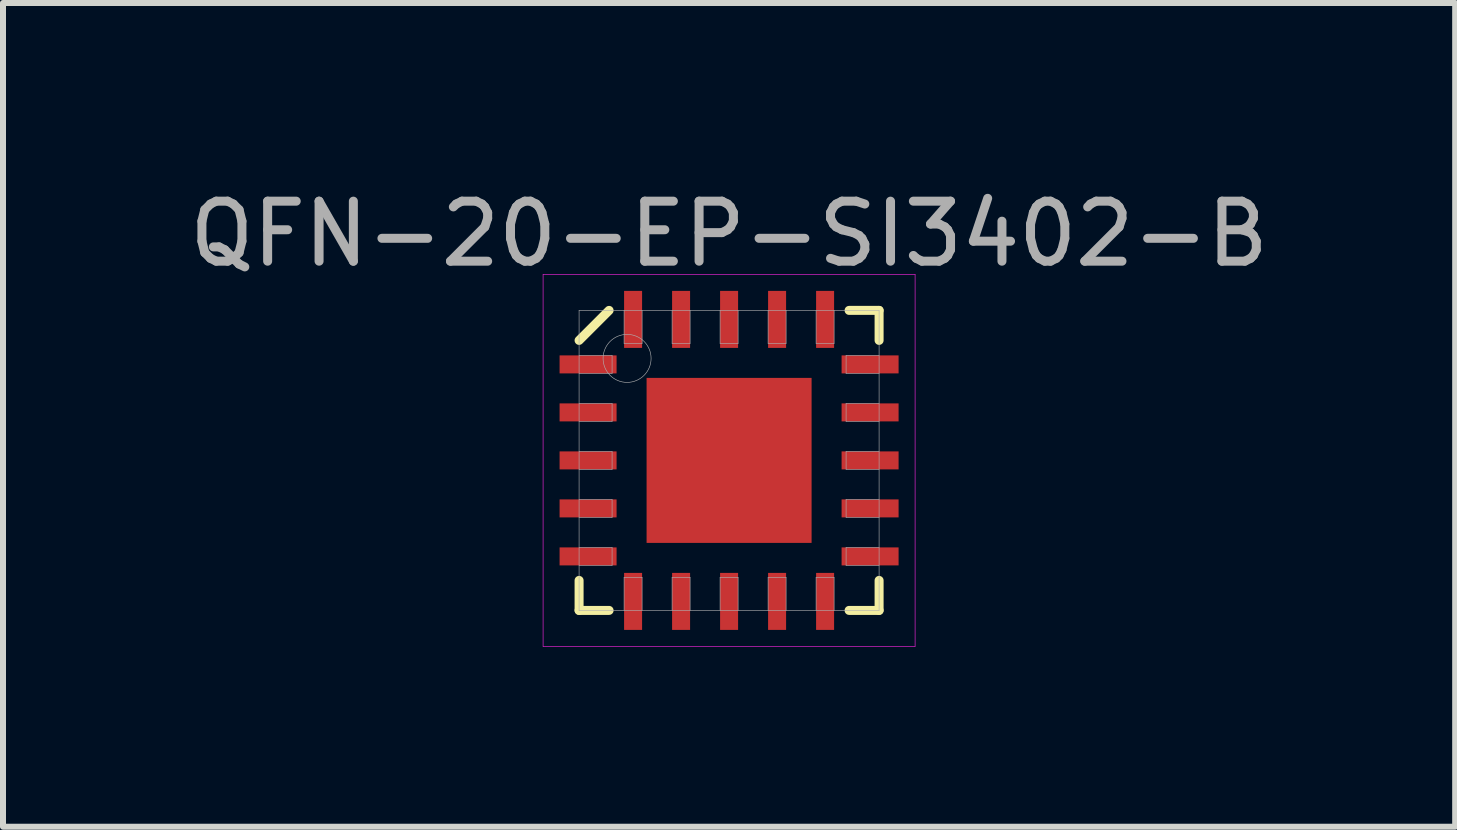
<source format=kicad_pcb>
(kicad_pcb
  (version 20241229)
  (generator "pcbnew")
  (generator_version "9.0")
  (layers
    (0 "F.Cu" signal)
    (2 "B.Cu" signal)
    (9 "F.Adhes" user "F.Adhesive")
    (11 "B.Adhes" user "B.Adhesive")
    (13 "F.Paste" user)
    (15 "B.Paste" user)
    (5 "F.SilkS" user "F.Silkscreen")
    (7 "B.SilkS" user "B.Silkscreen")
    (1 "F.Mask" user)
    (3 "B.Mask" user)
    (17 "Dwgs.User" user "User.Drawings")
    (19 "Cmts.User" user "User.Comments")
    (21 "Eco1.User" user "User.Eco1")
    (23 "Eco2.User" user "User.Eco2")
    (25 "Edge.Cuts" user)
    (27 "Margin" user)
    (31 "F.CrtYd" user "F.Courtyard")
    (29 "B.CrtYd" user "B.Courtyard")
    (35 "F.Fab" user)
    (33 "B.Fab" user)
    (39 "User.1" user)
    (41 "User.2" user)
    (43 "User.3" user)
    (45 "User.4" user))
  (footprint "QFN-20-EP-SI3402-B"
    (layer "F.Cu")
    (at 9.101 4.623)
    (property "Reference" "QFN-20-EP-SI3402-B" (at 0 -3.775 0) (layer "F.Fab") (effects (font (size 1 1) (thickness 0.15))))
    (attr through_hole)
    (fp_line (start -2.5 -2) (end -2 -2.5) (stroke (width 0.15) (type solid)) (layer "F.SilkS"))
    (fp_line (start -2.5 2.5) (end -2.5 2) (stroke (width 0.15) (type solid)) (layer "F.SilkS"))
    (fp_line (start -2 2.5) (end -2.5 2.5) (stroke (width 0.15) (type solid)) (layer "F.SilkS"))
    (fp_line (start 2 -2.5) (end 2.5 -2.5) (stroke (width 0.15) (type solid)) (layer "F.SilkS"))
    (fp_line (start 2 2.5) (end 2.5 2.5) (stroke (width 0.15) (type solid)) (layer "F.SilkS"))
    (fp_line (start 2.5 -2.5) (end 2.5 -2) (stroke (width 0.15) (type solid)) (layer "F.SilkS"))
    (fp_line (start 2.5 2.5) (end 2.5 2) (stroke (width 0.15) (type solid)) (layer "F.SilkS"))
    (fp_line (start -3.1 -3.1) (end 3.1 -3.1) (stroke (width 0.01) (type solid)) (layer "F.CrtYd"))
    (fp_line (start -3.1 3.1) (end -3.1 -3.1) (stroke (width 0.01) (type solid)) (layer "F.CrtYd"))
    (fp_line (start 3.1 -3.1) (end 3.1 3.1) (stroke (width 0.01) (type solid)) (layer "F.CrtYd"))
    (fp_line (start 3.1 3.1) (end -3.1 3.1) (stroke (width 0.01) (type solid)) (layer "F.CrtYd"))
    (fp_line (start -2.5 -2.5) (end 2.5 -2.5) (stroke (width 0.01) (type solid)) (layer "F.Fab"))
    (fp_line (start -2.5 -1.45) (end -1.95 -1.45) (stroke (width 0.01) (type solid)) (layer "F.Fab"))
    (fp_line (start -2.5 -0.65) (end -1.95 -0.65) (stroke (width 0.01) (type solid)) (layer "F.Fab"))
    (fp_line (start -2.5 0.15) (end -1.95 0.15) (stroke (width 0.01) (type solid)) (layer "F.Fab"))
    (fp_line (start -2.5 0.95) (end -1.95 0.95) (stroke (width 0.01) (type solid)) (layer "F.Fab"))
    (fp_line (start -2.5 1.75) (end -1.95 1.75) (stroke (width 0.01) (type solid)) (layer "F.Fab"))
    (fp_line (start -2.5 2.5) (end -2.5 -2.5) (stroke (width 0.01) (type solid)) (layer "F.Fab"))
    (fp_line (start -1.95 -1.75) (end -2.5 -1.75) (stroke (width 0.01) (type solid)) (layer "F.Fab"))
    (fp_line (start -1.95 -1.45) (end -1.95 -1.75) (stroke (width 0.01) (type solid)) (layer "F.Fab"))
    (fp_line (start -1.95 -0.95) (end -2.5 -0.95) (stroke (width 0.01) (type solid)) (layer "F.Fab"))
    (fp_line (start -1.95 -0.65) (end -1.95 -0.95) (stroke (width 0.01) (type solid)) (layer "F.Fab"))
    (fp_line (start -1.95 -0.15) (end -2.5 -0.15) (stroke (width 0.01) (type solid)) (layer "F.Fab"))
    (fp_line (start -1.95 0.15) (end -1.95 -0.15) (stroke (width 0.01) (type solid)) (layer "F.Fab"))
    (fp_line (start -1.95 0.65) (end -2.5 0.65) (stroke (width 0.01) (type solid)) (layer "F.Fab"))
    (fp_line (start -1.95 0.95) (end -1.95 0.65) (stroke (width 0.01) (type solid)) (layer "F.Fab"))
    (fp_line (start -1.95 1.45) (end -2.5 1.45) (stroke (width 0.01) (type solid)) (layer "F.Fab"))
    (fp_line (start -1.95 1.75) (end -1.95 1.45) (stroke (width 0.01) (type solid)) (layer "F.Fab"))
    (fp_line (start -1.75 -2.5) (end -1.75 -1.95) (stroke (width 0.01) (type solid)) (layer "F.Fab"))
    (fp_line (start -1.75 -1.95) (end -1.45 -1.95) (stroke (width 0.01) (type solid)) (layer "F.Fab"))
    (fp_line (start -1.75 1.95) (end -1.75 2.5) (stroke (width 0.01) (type solid)) (layer "F.Fab"))
    (fp_line (start -1.45 -1.95) (end -1.45 -2.5) (stroke (width 0.01) (type solid)) (layer "F.Fab"))
    (fp_line (start -1.45 1.95) (end -1.75 1.95) (stroke (width 0.01) (type solid)) (layer "F.Fab"))
    (fp_line (start -1.45 2.5) (end -1.45 1.95) (stroke (width 0.01) (type solid)) (layer "F.Fab"))
    (fp_line (start -0.95 -2.5) (end -0.95 -1.95) (stroke (width 0.01) (type solid)) (layer "F.Fab"))
    (fp_line (start -0.95 -1.95) (end -0.65 -1.95) (stroke (width 0.01) (type solid)) (layer "F.Fab"))
    (fp_line (start -0.95 1.95) (end -0.95 2.5) (stroke (width 0.01) (type solid)) (layer "F.Fab"))
    (fp_line (start -0.65 -1.95) (end -0.65 -2.5) (stroke (width 0.01) (type solid)) (layer "F.Fab"))
    (fp_line (start -0.65 1.95) (end -0.95 1.95) (stroke (width 0.01) (type solid)) (layer "F.Fab"))
    (fp_line (start -0.65 2.5) (end -0.65 1.95) (stroke (width 0.01) (type solid)) (layer "F.Fab"))
    (fp_line (start -0.15 -2.5) (end -0.15 -1.95) (stroke (width 0.01) (type solid)) (layer "F.Fab"))
    (fp_line (start -0.15 -1.95) (end 0.15 -1.95) (stroke (width 0.01) (type solid)) (layer "F.Fab"))
    (fp_line (start -0.15 1.95) (end -0.15 2.5) (stroke (width 0.01) (type solid)) (layer "F.Fab"))
    (fp_line (start 0.15 -1.95) (end 0.15 -2.5) (stroke (width 0.01) (type solid)) (layer "F.Fab"))
    (fp_line (start 0.15 1.95) (end -0.15 1.95) (stroke (width 0.01) (type solid)) (layer "F.Fab"))
    (fp_line (start 0.15 2.5) (end 0.15 1.95) (stroke (width 0.01) (type solid)) (layer "F.Fab"))
    (fp_line (start 0.65 -2.5) (end 0.65 -1.95) (stroke (width 0.01) (type solid)) (layer "F.Fab"))
    (fp_line (start 0.65 -1.95) (end 0.95 -1.95) (stroke (width 0.01) (type solid)) (layer "F.Fab"))
    (fp_line (start 0.65 1.95) (end 0.65 2.5) (stroke (width 0.01) (type solid)) (layer "F.Fab"))
    (fp_line (start 0.95 -1.95) (end 0.95 -2.5) (stroke (width 0.01) (type solid)) (layer "F.Fab"))
    (fp_line (start 0.95 1.95) (end 0.65 1.95) (stroke (width 0.01) (type solid)) (layer "F.Fab"))
    (fp_line (start 0.95 2.5) (end 0.95 1.95) (stroke (width 0.01) (type solid)) (layer "F.Fab"))
    (fp_line (start 1.45 -2.5) (end 1.45 -1.95) (stroke (width 0.01) (type solid)) (layer "F.Fab"))
    (fp_line (start 1.45 -1.95) (end 1.75 -1.95) (stroke (width 0.01) (type solid)) (layer "F.Fab"))
    (fp_line (start 1.45 1.95) (end 1.45 2.5) (stroke (width 0.01) (type solid)) (layer "F.Fab"))
    (fp_line (start 1.75 -1.95) (end 1.75 -2.5) (stroke (width 0.01) (type solid)) (layer "F.Fab"))
    (fp_line (start 1.75 1.95) (end 1.45 1.95) (stroke (width 0.01) (type solid)) (layer "F.Fab"))
    (fp_line (start 1.75 2.5) (end 1.75 1.95) (stroke (width 0.01) (type solid)) (layer "F.Fab"))
    (fp_line (start 1.95 -1.75) (end 1.95 -1.45) (stroke (width 0.01) (type solid)) (layer "F.Fab"))
    (fp_line (start 1.95 -1.45) (end 2.5 -1.45) (stroke (width 0.01) (type solid)) (layer "F.Fab"))
    (fp_line (start 1.95 -0.95) (end 1.95 -0.65) (stroke (width 0.01) (type solid)) (layer "F.Fab"))
    (fp_line (start 1.95 -0.65) (end 2.5 -0.65) (stroke (width 0.01) (type solid)) (layer "F.Fab"))
    (fp_line (start 1.95 -0.15) (end 1.95 0.15) (stroke (width 0.01) (type solid)) (layer "F.Fab"))
    (fp_line (start 1.95 0.15) (end 2.5 0.15) (stroke (width 0.01) (type solid)) (layer "F.Fab"))
    (fp_line (start 1.95 0.65) (end 1.95 0.95) (stroke (width 0.01) (type solid)) (layer "F.Fab"))
    (fp_line (start 1.95 0.95) (end 2.5 0.95) (stroke (width 0.01) (type solid)) (layer "F.Fab"))
    (fp_line (start 1.95 1.45) (end 1.95 1.75) (stroke (width 0.01) (type solid)) (layer "F.Fab"))
    (fp_line (start 1.95 1.75) (end 2.5 1.75) (stroke (width 0.01) (type solid)) (layer "F.Fab"))
    (fp_line (start 2.5 -2.5) (end 2.5 2.5) (stroke (width 0.01) (type solid)) (layer "F.Fab"))
    (fp_line (start 2.5 -1.75) (end 1.95 -1.75) (stroke (width 0.01) (type solid)) (layer "F.Fab"))
    (fp_line (start 2.5 -0.95) (end 1.95 -0.95) (stroke (width 0.01) (type solid)) (layer "F.Fab"))
    (fp_line (start 2.5 -0.15) (end 1.95 -0.15) (stroke (width 0.01) (type solid)) (layer "F.Fab"))
    (fp_line (start 2.5 0.65) (end 1.95 0.65) (stroke (width 0.01) (type solid)) (layer "F.Fab"))
    (fp_line (start 2.5 1.45) (end 1.95 1.45) (stroke (width 0.01) (type solid)) (layer "F.Fab"))
    (fp_line (start 2.5 2.5) (end -2.5 2.5) (stroke (width 0.01) (type solid)) (layer "F.Fab"))
    (fp_circle (center -1.7 -1.7) (end -1.7 -1.3) (stroke (width 0.01) (type solid)) (fill no) (layer "F.Fab"))
    (pad "" smd rect (at -0.65 -0.65) (size 1.1 1.1) (layers "F.Paste"))
    (pad "" smd rect (at -0.65 0.65) (size 1.1 1.1) (layers "F.Paste"))
    (pad "" smd rect (at 0.65 -0.65) (size 1.1 1.1) (layers "F.Paste"))
    (pad "" smd rect (at 0.65 0.65) (size 1.1 1.1) (layers "F.Paste"))
    (pad "1" smd rect (at -2.35 -1.6) (size 0.95 0.3) (layers "F.Cu" "F.Mask" "F.Paste"))
    (pad "2" smd rect (at -2.35 -0.8) (size 0.95 0.3) (layers "F.Cu" "F.Mask" "F.Paste"))
    (pad "3" smd rect (at -2.35 0) (size 0.95 0.3) (layers "F.Cu" "F.Mask" "F.Paste"))
    (pad "4" smd rect (at -2.35 0.8) (size 0.95 0.3) (layers "F.Cu" "F.Mask" "F.Paste"))
    (pad "5" smd rect (at -2.35 1.6) (size 0.95 0.3) (layers "F.Cu" "F.Mask" "F.Paste"))
    (pad "6" smd rect (at -1.6 2.35) (size 0.3 0.95) (layers "F.Cu" "F.Mask" "F.Paste"))
    (pad "7" smd rect (at -0.8 2.35) (size 0.3 0.95) (layers "F.Cu" "F.Mask" "F.Paste"))
    (pad "8" smd rect (at 0 2.35) (size 0.3 0.95) (layers "F.Cu" "F.Mask" "F.Paste"))
    (pad "9" smd rect (at 0.8 2.35) (size 0.3 0.95) (layers "F.Cu" "F.Mask" "F.Paste"))
    (pad "10" smd rect (at 1.6 2.35) (size 0.3 0.95) (layers "F.Cu" "F.Mask" "F.Paste"))
    (pad "11" smd rect (at 2.35 1.6) (size 0.95 0.3) (layers "F.Cu" "F.Mask" "F.Paste"))
    (pad "12" smd rect (at 2.35 0.8) (size 0.95 0.3) (layers "F.Cu" "F.Mask" "F.Paste"))
    (pad "13" smd rect (at 2.35 0) (size 0.95 0.3) (layers "F.Cu" "F.Mask" "F.Paste"))
    (pad "14" smd rect (at 2.35 -0.8) (size 0.95 0.3) (layers "F.Cu" "F.Mask" "F.Paste"))
    (pad "15" smd rect (at 2.35 -1.6) (size 0.95 0.3) (layers "F.Cu" "F.Mask" "F.Paste"))
    (pad "16" smd rect (at 1.6 -2.35) (size 0.3 0.95) (layers "F.Cu" "F.Mask" "F.Paste"))
    (pad "17" smd rect (at 0.8 -2.35) (size 0.3 0.95) (layers "F.Cu" "F.Mask" "F.Paste"))
    (pad "18" smd rect (at 0 -2.35) (size 0.3 0.95) (layers "F.Cu" "F.Mask" "F.Paste"))
    (pad "19" smd rect (at -0.8 -2.35) (size 0.3 0.95) (layers "F.Cu" "F.Mask" "F.Paste"))
    (pad "20" smd rect (at -1.6 -2.35) (size 0.3 0.95) (layers "F.Cu" "F.Mask" "F.Paste"))
    (pad "EP" smd rect (at 0 0) (size 2.75 2.75) (layers "F.Cu" "F.Mask")))
  (gr_rect
    (start -3 -3)
    (end 21.202 10.728)
    (stroke (width 0.1) (type default))
    (fill no)
    (layer "Edge.Cuts")))
</source>
